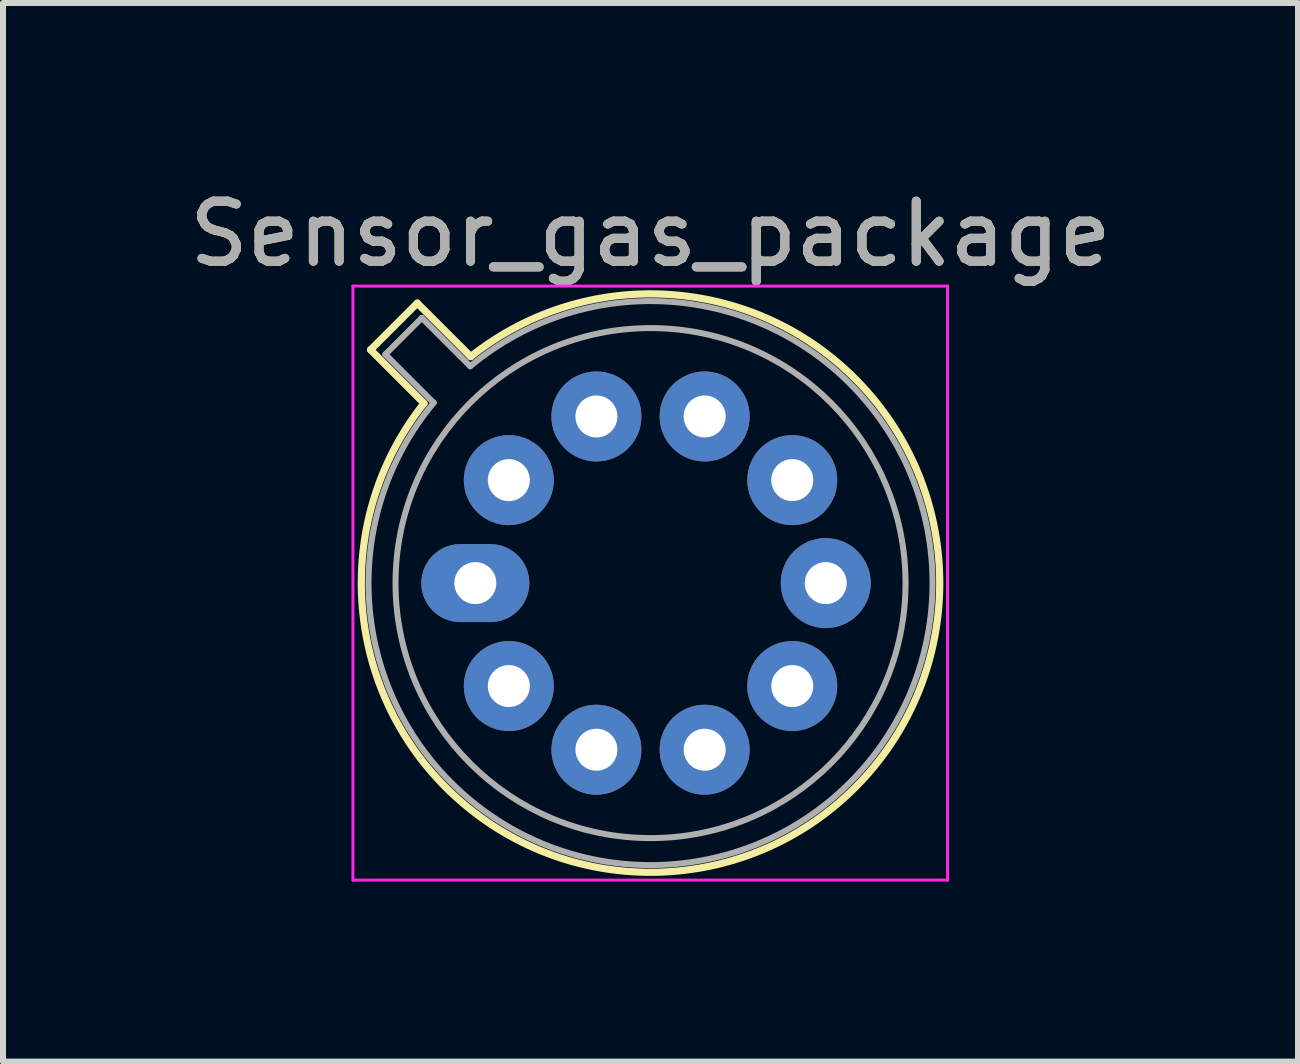
<source format=kicad_pcb>
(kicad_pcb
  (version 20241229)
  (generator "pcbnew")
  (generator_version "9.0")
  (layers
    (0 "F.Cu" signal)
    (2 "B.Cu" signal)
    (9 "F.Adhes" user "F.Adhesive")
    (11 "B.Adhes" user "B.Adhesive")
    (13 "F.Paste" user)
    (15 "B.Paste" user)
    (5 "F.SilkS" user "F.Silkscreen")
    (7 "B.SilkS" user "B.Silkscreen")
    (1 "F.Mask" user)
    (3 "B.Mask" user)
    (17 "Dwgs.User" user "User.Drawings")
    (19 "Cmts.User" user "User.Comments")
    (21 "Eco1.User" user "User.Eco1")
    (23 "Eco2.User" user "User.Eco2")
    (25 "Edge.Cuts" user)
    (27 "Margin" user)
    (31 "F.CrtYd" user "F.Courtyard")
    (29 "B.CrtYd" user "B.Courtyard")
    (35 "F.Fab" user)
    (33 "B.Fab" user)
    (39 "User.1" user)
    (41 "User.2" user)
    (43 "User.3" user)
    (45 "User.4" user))
  (footprint "Sensor_gas_package"
    (layer "F.Cu")
    (at 4.872 6.668)
    (property "Reference" "Sensor_gas_package" (at 2.92 -5.82 0) (layer "F.SilkS") (effects (font (size 1 1) (thickness 0.15))))
    (attr through_hole)
    (fp_line (start -1.746 -3.888) (end -0.855 -2.997) (stroke (width 0.12) (type solid)) (layer "F.SilkS"))
    (fp_line (start -0.968 -4.666) (end -1.746 -3.888) (stroke (width 0.12) (type solid)) (layer "F.SilkS"))
    (fp_line (start -0.077 -3.775) (end -0.968 -4.666) (stroke (width 0.12) (type solid)) (layer "F.SilkS"))
    (fp_arc (start -0.077084 -3.774902) (mid 6.328125 3.408384) (end -0.854674 -2.997371) (stroke (width 0.12) (type solid)) (layer "F.SilkS"))
    (fp_line (start -2.04 -4.95) (end -2.04 4.95) (stroke (width 0.05) (type solid)) (layer "F.CrtYd"))
    (fp_line (start -2.04 4.95) (end 7.87 4.95) (stroke (width 0.05) (type solid)) (layer "F.CrtYd"))
    (fp_line (start 7.87 -4.95) (end -2.04 -4.95) (stroke (width 0.05) (type solid)) (layer "F.CrtYd"))
    (fp_line (start 7.87 4.95) (end 7.87 -4.95) (stroke (width 0.05) (type solid)) (layer "F.CrtYd"))
    (fp_line (start -1.5 -3.812) (end -0.694 -3.005) (stroke (width 0.1) (type solid)) (layer "F.Fab"))
    (fp_line (start -0.892 -4.42) (end -1.5 -3.812) (stroke (width 0.1) (type solid)) (layer "F.Fab"))
    (fp_line (start -0.085 -3.614) (end -0.892 -4.42) (stroke (width 0.1) (type solid)) (layer "F.Fab"))
    (fp_arc (start -0.085408 -3.61352) (mid 6.243443 3.323361) (end -0.693594 -3.005319) (stroke (width 0.1) (type solid)) (layer "F.Fab"))
    (fp_circle (center 2.92 0) (end 7.17 0) (stroke (width 0.1) (type solid)) (fill no) (layer "F.Fab"))
    (fp_text user "${REFERENCE}" (at 2.92 -5.82 0) (layer "F.Fab") (effects (font (size 1 1) (thickness 0.15))))
    (pad "1" thru_hole oval (at 0 0) (size 1.8 1.3) (drill 0.7) (layers "*.Cu" "*.Mask"))
    (pad "2" thru_hole oval (at 0.558 1.716) (size 1.5 1.5) (drill 0.7) (layers "*.Cu" "*.Mask"))
    (pad "3" thru_hole oval (at 2.018 2.777) (size 1.5 1.5) (drill 0.7) (layers "*.Cu" "*.Mask"))
    (pad "4" thru_hole oval (at 3.822 2.777) (size 1.5 1.5) (drill 0.7) (layers "*.Cu" "*.Mask"))
    (pad "5" thru_hole oval (at 5.282 1.716) (size 1.5 1.5) (drill 0.7) (layers "*.Cu" "*.Mask"))
    (pad "6" thru_hole oval (at 5.84 0) (size 1.5 1.5) (drill 0.7) (layers "*.Cu" "*.Mask"))
    (pad "7" thru_hole oval (at 5.282 -1.716) (size 1.5 1.5) (drill 0.7) (layers "*.Cu" "*.Mask"))
    (pad "8" thru_hole oval (at 3.822 -2.777) (size 1.5 1.5) (drill 0.7) (layers "*.Cu" "*.Mask"))
    (pad "9" thru_hole oval (at 2.018 -2.777) (size 1.5 1.5) (drill 0.7) (layers "*.Cu" "*.Mask"))
    (pad "10" thru_hole oval (at 0.558 -1.716) (size 1.5 1.5) (drill 0.7) (layers "*.Cu" "*.Mask")))
  (gr_rect
    (start -3 -3)
    (end 18.583 14.643)
    (stroke (width 0.1) (type default))
    (fill no)
    (layer "Edge.Cuts")))
</source>
